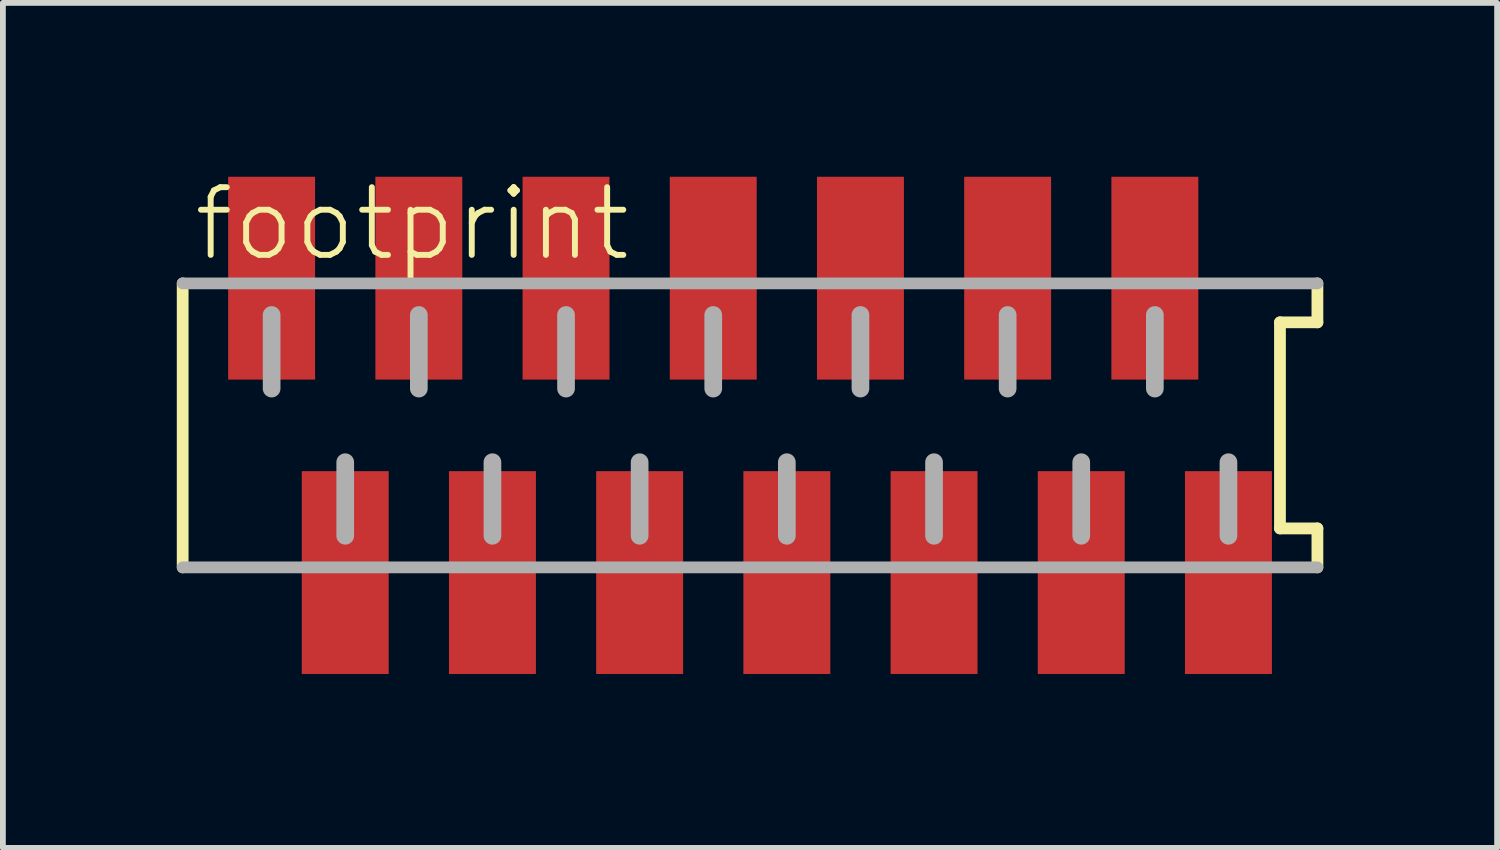
<source format=kicad_pcb>
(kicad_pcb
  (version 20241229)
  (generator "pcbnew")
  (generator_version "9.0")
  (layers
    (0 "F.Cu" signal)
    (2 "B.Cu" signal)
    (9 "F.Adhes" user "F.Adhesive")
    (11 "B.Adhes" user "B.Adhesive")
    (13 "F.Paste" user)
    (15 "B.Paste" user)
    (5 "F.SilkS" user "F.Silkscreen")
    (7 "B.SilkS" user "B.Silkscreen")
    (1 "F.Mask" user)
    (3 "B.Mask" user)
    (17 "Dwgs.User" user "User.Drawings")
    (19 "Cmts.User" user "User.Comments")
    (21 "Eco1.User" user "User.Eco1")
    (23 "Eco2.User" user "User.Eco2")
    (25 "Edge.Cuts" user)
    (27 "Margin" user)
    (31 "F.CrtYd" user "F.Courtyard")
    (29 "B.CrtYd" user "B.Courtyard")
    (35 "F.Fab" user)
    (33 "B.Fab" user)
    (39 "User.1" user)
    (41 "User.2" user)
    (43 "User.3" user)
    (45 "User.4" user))
  (footprint "footprint"
    (layer "F.Cu")
    (at 9.892 4.29)
    (property "Reference" "footprint" (at -9.652 -2.794 0) (layer "F.SilkS") (effects (font (size 1.168 1.168) (thickness 0.102)) (justify left bottom)))
    (fp_line (start -9.79 -2.45) (end -9.79 2.45) (stroke (width 0.203) (type solid)) (layer "F.SilkS"))
    (fp_line (start 9.144 -1.778) (end 9.79 -1.778) (stroke (width 0.203) (type solid)) (layer "F.SilkS"))
    (fp_line (start 9.144 1.778) (end 9.144 -1.778) (stroke (width 0.203) (type solid)) (layer "F.SilkS"))
    (fp_line (start 9.79 -1.778) (end 9.79 -2.45) (stroke (width 0.203) (type solid)) (layer "F.SilkS"))
    (fp_line (start 9.79 1.778) (end 9.144 1.778) (stroke (width 0.203) (type solid)) (layer "F.SilkS"))
    (fp_line (start 9.79 2.45) (end 9.79 1.778) (stroke (width 0.203) (type solid)) (layer "F.SilkS"))
    (fp_line (start -9.79 2.45) (end 9.79 2.45) (stroke (width 0.203) (type solid)) (layer "F.Fab"))
    (fp_line (start -8.255 -1.905) (end -8.255 -0.635) (stroke (width 0.305) (type solid)) (layer "F.Fab"))
    (fp_line (start -6.985 0.635) (end -6.985 1.905) (stroke (width 0.305) (type solid)) (layer "F.Fab"))
    (fp_line (start -5.715 -1.905) (end -5.715 -0.635) (stroke (width 0.305) (type solid)) (layer "F.Fab"))
    (fp_line (start -4.445 0.635) (end -4.445 1.905) (stroke (width 0.305) (type solid)) (layer "F.Fab"))
    (fp_line (start -3.175 -1.905) (end -3.175 -0.635) (stroke (width 0.305) (type solid)) (layer "F.Fab"))
    (fp_line (start -1.905 0.635) (end -1.905 1.905) (stroke (width 0.305) (type solid)) (layer "F.Fab"))
    (fp_line (start -0.635 -1.905) (end -0.635 -0.635) (stroke (width 0.305) (type solid)) (layer "F.Fab"))
    (fp_line (start 0.635 0.635) (end 0.635 1.905) (stroke (width 0.305) (type solid)) (layer "F.Fab"))
    (fp_line (start 1.905 -1.905) (end 1.905 -0.635) (stroke (width 0.305) (type solid)) (layer "F.Fab"))
    (fp_line (start 3.175 0.635) (end 3.175 1.905) (stroke (width 0.305) (type solid)) (layer "F.Fab"))
    (fp_line (start 4.445 -1.905) (end 4.445 -0.635) (stroke (width 0.305) (type solid)) (layer "F.Fab"))
    (fp_line (start 5.715 0.635) (end 5.715 1.905) (stroke (width 0.305) (type solid)) (layer "F.Fab"))
    (fp_line (start 6.985 -1.905) (end 6.985 -0.635) (stroke (width 0.305) (type solid)) (layer "F.Fab"))
    (fp_line (start 8.255 0.635) (end 8.255 1.905) (stroke (width 0.305) (type solid)) (layer "F.Fab"))
    (fp_line (start 9.79 -2.45) (end -9.79 -2.45) (stroke (width 0.203) (type solid)) (layer "F.Fab"))
    (pad "1" smd rect (at -8.255 -2.54) (size 1.5 3.5) (layers "F.Cu" "F.Mask" "F.Paste"))
    (pad "2" smd rect (at -6.985 2.54) (size 1.5 3.5) (layers "F.Cu" "F.Mask" "F.Paste"))
    (pad "3" smd rect (at -5.715 -2.54) (size 1.5 3.5) (layers "F.Cu" "F.Mask" "F.Paste"))
    (pad "4" smd rect (at -4.445 2.54) (size 1.5 3.5) (layers "F.Cu" "F.Mask" "F.Paste"))
    (pad "5" smd rect (at -3.175 -2.54) (size 1.5 3.5) (layers "F.Cu" "F.Mask" "F.Paste"))
    (pad "6" smd rect (at -1.905 2.54) (size 1.5 3.5) (layers "F.Cu" "F.Mask" "F.Paste"))
    (pad "7" smd rect (at -0.635 -2.54) (size 1.5 3.5) (layers "F.Cu" "F.Mask" "F.Paste"))
    (pad "8" smd rect (at 0.635 2.54) (size 1.5 3.5) (layers "F.Cu" "F.Mask" "F.Paste"))
    (pad "9" smd rect (at 1.905 -2.54) (size 1.5 3.5) (layers "F.Cu" "F.Mask" "F.Paste"))
    (pad "10" smd rect (at 3.175 2.54) (size 1.5 3.5) (layers "F.Cu" "F.Mask" "F.Paste"))
    (pad "11" smd rect (at 4.445 -2.54) (size 1.5 3.5) (layers "F.Cu" "F.Mask" "F.Paste"))
    (pad "12" smd rect (at 5.715 2.54) (size 1.5 3.5) (layers "F.Cu" "F.Mask" "F.Paste"))
    (pad "13" smd rect (at 6.985 -2.54) (size 1.5 3.5) (layers "F.Cu" "F.Mask" "F.Paste"))
    (pad "14" smd rect (at 8.255 2.54) (size 1.5 3.5) (layers "F.Cu" "F.Mask" "F.Paste")))
  (gr_rect
    (start -3 -3)
    (end 22.783 11.58)
    (stroke (width 0.1) (type default))
    (fill no)
    (layer "Edge.Cuts")))
</source>
